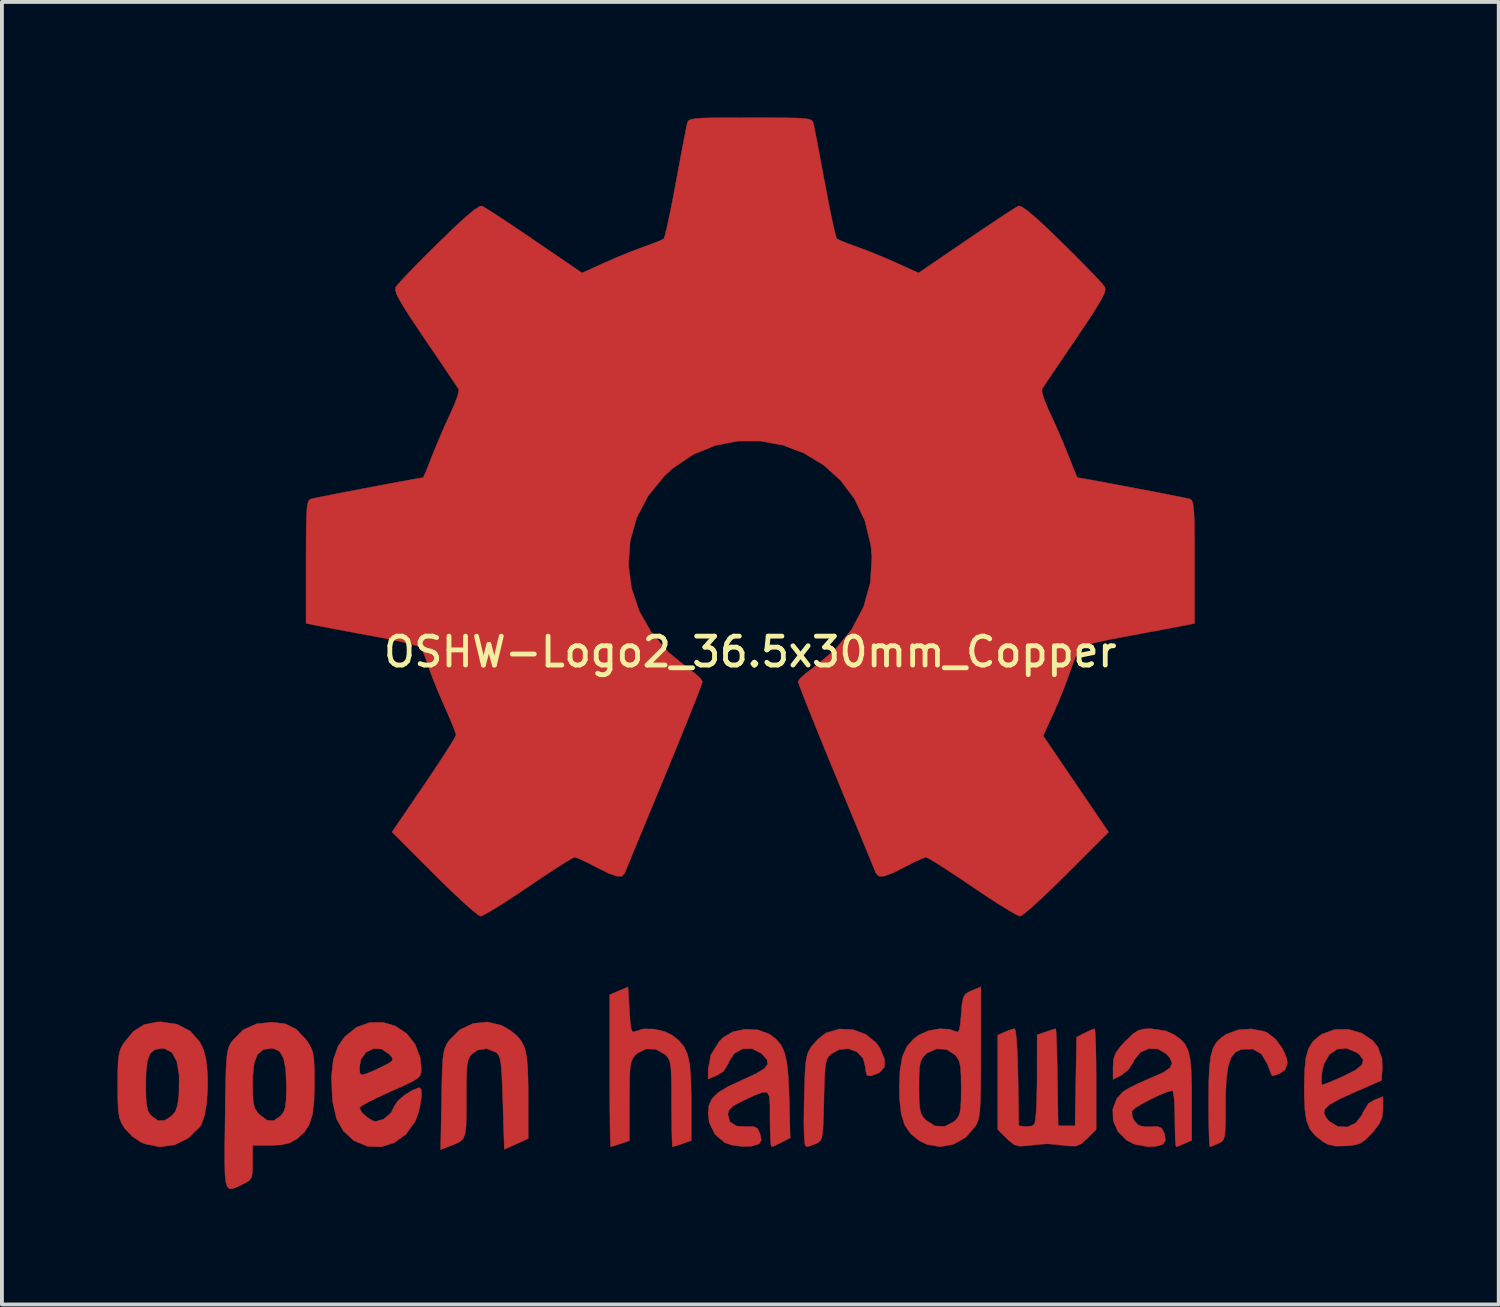
<source format=kicad_pcb>
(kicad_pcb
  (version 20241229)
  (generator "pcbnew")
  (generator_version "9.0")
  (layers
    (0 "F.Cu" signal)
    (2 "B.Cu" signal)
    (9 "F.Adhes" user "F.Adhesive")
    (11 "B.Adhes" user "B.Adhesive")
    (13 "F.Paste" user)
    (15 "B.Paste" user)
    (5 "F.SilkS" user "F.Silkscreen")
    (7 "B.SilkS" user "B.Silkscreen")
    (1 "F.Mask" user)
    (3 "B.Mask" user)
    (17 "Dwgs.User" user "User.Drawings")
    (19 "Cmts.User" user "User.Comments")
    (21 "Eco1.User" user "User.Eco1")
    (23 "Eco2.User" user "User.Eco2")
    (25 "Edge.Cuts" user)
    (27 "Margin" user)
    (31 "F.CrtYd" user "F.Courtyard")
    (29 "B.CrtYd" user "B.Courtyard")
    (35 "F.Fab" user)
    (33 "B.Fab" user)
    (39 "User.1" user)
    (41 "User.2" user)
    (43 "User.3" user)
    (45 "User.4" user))
  (footprint "OSHW-Logo2_36.5x30mm_Copper"
    (layer "F.Cu")
    (at 16.427 13.873)
    (property "Reference" "OSHW-Logo2_36.5x30mm_Copper" (at 0 0 0) (layer "F.SilkS") (effects (font (size 0.75 0.75) (thickness 0.125))))
    (attr exclude_from_pos_files exclude_from_bom allow_missing_courtyard)
    (fp_poly (pts (xy 13.339 9.85) (xy 13.426 9.888) (xy 13.635 10.053) (xy 13.813 10.292) (xy 13.923 10.546) (xy 13.941 10.671) (xy 13.881 10.847) (xy 13.749 10.939) (xy 13.608 10.995) (xy 13.543 11.006) (xy 13.511 10.931) (xy 13.449 10.767) (xy 13.422 10.694) (xy 13.269 10.438) (xy 13.047 10.311) (xy 12.763 10.315) (xy 12.742 10.32) (xy 12.59 10.392) (xy 12.479 10.532) (xy 12.403 10.758) (xy 12.357 11.086) (xy 12.337 11.535) (xy 12.335 11.774) (xy 12.334 12.15) (xy 12.328 12.406) (xy 12.312 12.569) (xy 12.281 12.665) (xy 12.23 12.719) (xy 12.154 12.759) (xy 12.149 12.761) (xy 12.003 12.823) (xy 11.93 12.846) (xy 11.919 12.777) (xy 11.909 12.587) (xy 11.902 12.299) (xy 11.898 11.938) (xy 11.897 11.675) (xy 11.901 11.164) (xy 11.918 10.777) (xy 11.954 10.49) (xy 12.014 10.281) (xy 12.105 10.128) (xy 12.232 10.008) (xy 12.357 9.923) (xy 12.658 9.812) (xy 13.009 9.786) (xy 13.339 9.85)) (stroke (width 0.01) (type solid)) (fill yes) (layer "F.Cu"))
    (fp_poly (pts (xy -6.456 9.694) (xy -6.222 9.83) (xy -6.059 9.964) (xy -5.94 10.105) (xy -5.858 10.277) (xy -5.806 10.506) (xy -5.778 10.816) (xy -5.767 11.233) (xy -5.766 11.532) (xy -5.766 12.634) (xy -6.076 12.773) (xy -6.386 12.912) (xy -6.423 11.705) (xy -6.438 11.254) (xy -6.454 10.927) (xy -6.473 10.701) (xy -6.5 10.554) (xy -6.536 10.464) (xy -6.585 10.407) (xy -6.601 10.395) (xy -6.84 10.299) (xy -7.082 10.337) (xy -7.226 10.437) (xy -7.284 10.508) (xy -7.325 10.602) (xy -7.351 10.743) (xy -7.365 10.958) (xy -7.371 11.274) (xy -7.372 11.603) (xy -7.372 12.015) (xy -7.379 12.307) (xy -7.403 12.504) (xy -7.453 12.631) (xy -7.539 12.714) (xy -7.67 12.779) (xy -7.846 12.846) (xy -8.038 12.919) (xy -8.015 11.623) (xy -8.006 11.156) (xy -7.995 10.811) (xy -7.98 10.564) (xy -7.956 10.39) (xy -7.922 10.266) (xy -7.874 10.168) (xy -7.816 10.081) (xy -7.537 9.804) (xy -7.196 9.644) (xy -6.825 9.606) (xy -6.456 9.694)) (stroke (width 0.01) (type solid)) (fill yes) (layer "F.Cu"))
    (fp_poly (pts (xy 2.665 9.805) (xy 2.996 9.927) (xy 3.265 10.144) (xy 3.37 10.296) (xy 3.485 10.575) (xy 3.482 10.778) (xy 3.362 10.913) (xy 3.318 10.937) (xy 3.126 11.009) (xy 3.027 10.99) (xy 2.994 10.869) (xy 2.993 10.802) (xy 2.932 10.556) (xy 2.773 10.384) (xy 2.553 10.301) (xy 2.307 10.322) (xy 2.107 10.431) (xy 2.039 10.493) (xy 1.991 10.568) (xy 1.959 10.681) (xy 1.938 10.859) (xy 1.924 11.125) (xy 1.913 11.505) (xy 1.911 11.626) (xy 1.901 12.038) (xy 1.889 12.328) (xy 1.872 12.52) (xy 1.846 12.637) (xy 1.804 12.705) (xy 1.745 12.746) (xy 1.707 12.764) (xy 1.544 12.826) (xy 1.449 12.846) (xy 1.417 12.778) (xy 1.398 12.572) (xy 1.391 12.225) (xy 1.396 11.735) (xy 1.398 11.66) (xy 1.409 11.213) (xy 1.422 10.887) (xy 1.44 10.656) (xy 1.468 10.495) (xy 1.508 10.377) (xy 1.564 10.278) (xy 1.593 10.236) (xy 1.762 10.048) (xy 1.95 9.902) (xy 1.973 9.889) (xy 2.31 9.788) (xy 2.665 9.805)) (stroke (width 0.01) (type solid)) (fill yes) (layer "F.Cu"))
    (fp_poly (pts (xy 8.95 9.85) (xy 8.961 10.042) (xy 8.97 10.333) (xy 8.976 10.702) (xy 8.978 11.089) (xy 8.978 12.397) (xy 8.747 12.628) (xy 8.587 12.77) (xy 8.448 12.828) (xy 8.257 12.824) (xy 8.181 12.815) (xy 7.944 12.788) (xy 7.748 12.772) (xy 7.7 12.771) (xy 7.539 12.78) (xy 7.309 12.804) (xy 7.22 12.815) (xy 7 12.832) (xy 6.853 12.795) (xy 6.707 12.68) (xy 6.654 12.628) (xy 6.423 12.397) (xy 6.423 9.95) (xy 6.609 9.865) (xy 6.769 9.802) (xy 6.863 9.78) (xy 6.887 9.85) (xy 6.909 10.044) (xy 6.928 10.341) (xy 6.943 10.72) (xy 6.95 11.04) (xy 6.97 12.299) (xy 7.145 12.323) (xy 7.303 12.306) (xy 7.381 12.25) (xy 7.402 12.146) (xy 7.421 11.924) (xy 7.435 11.612) (xy 7.443 11.239) (xy 7.444 11.047) (xy 7.445 9.941) (xy 7.675 9.861) (xy 7.837 9.806) (xy 7.926 9.781) (xy 7.928 9.78) (xy 7.937 9.85) (xy 7.947 10.041) (xy 7.957 10.331) (xy 7.966 10.697) (xy 7.972 11.04) (xy 7.992 12.299) (xy 8.43 12.299) (xy 8.45 11.15) (xy 8.47 10.001) (xy 8.684 9.891) (xy 8.841 9.815) (xy 8.935 9.781) (xy 8.937 9.78) (xy 8.95 9.85)) (stroke (width 0.01) (type solid)) (fill yes) (layer "F.Cu"))
    (fp_poly (pts (xy -3.139 9.31) (xy -3.117 9.608) (xy -3.093 9.784) (xy -3.059 9.86) (xy -3.009 9.861) (xy -2.993 9.852) (xy -2.778 9.786) (xy -2.498 9.79) (xy -2.214 9.858) (xy -2.036 9.946) (xy -1.854 10.087) (xy -1.721 10.246) (xy -1.629 10.449) (xy -1.572 10.719) (xy -1.543 11.081) (xy -1.533 11.561) (xy -1.533 11.653) (xy -1.533 12.686) (xy -1.763 12.766) (xy -1.926 12.82) (xy -2.015 12.846) (xy -2.018 12.846) (xy -2.027 12.777) (xy -2.034 12.587) (xy -2.04 12.301) (xy -2.043 11.944) (xy -2.044 11.727) (xy -2.045 11.299) (xy -2.05 10.993) (xy -2.063 10.783) (xy -2.086 10.644) (xy -2.124 10.553) (xy -2.178 10.483) (xy -2.213 10.45) (xy -2.448 10.316) (xy -2.704 10.306) (xy -2.937 10.419) (xy -2.98 10.46) (xy -3.043 10.537) (xy -3.087 10.629) (xy -3.115 10.761) (xy -3.13 10.96) (xy -3.137 11.253) (xy -3.139 11.657) (xy -3.139 12.686) (xy -3.368 12.766) (xy -3.532 12.82) (xy -3.621 12.846) (xy -3.624 12.846) (xy -3.631 12.776) (xy -3.637 12.579) (xy -3.642 12.274) (xy -3.646 11.879) (xy -3.648 11.413) (xy -3.649 10.895) (xy -3.649 10.872) (xy -3.649 8.898) (xy -3.412 8.797) (xy -3.175 8.697) (xy -3.139 9.31)) (stroke (width 0.01) (type solid)) (fill yes) (layer "F.Cu"))
    (fp_poly (pts (xy -14.879 9.665) (xy -14.537 9.845) (xy -14.285 10.134) (xy -14.195 10.321) (xy -14.125 10.6) (xy -14.09 10.953) (xy -14.086 11.338) (xy -14.114 11.715) (xy -14.17 12.041) (xy -14.253 12.275) (xy -14.278 12.315) (xy -14.582 12.616) (xy -14.942 12.796) (xy -15.332 12.849) (xy -15.727 12.767) (xy -15.837 12.718) (xy -16.051 12.568) (xy -16.239 12.368) (xy -16.257 12.343) (xy -16.329 12.22) (xy -16.377 12.09) (xy -16.405 11.918) (xy -16.418 11.672) (xy -16.422 11.319) (xy -16.422 11.24) (xy -16.422 11.215) (xy -15.693 11.215) (xy -15.688 11.548) (xy -15.672 11.769) (xy -15.636 11.912) (xy -15.577 12.01) (xy -15.547 12.043) (xy -15.372 12.168) (xy -15.202 12.162) (xy -15.031 12.054) (xy -14.929 11.938) (xy -14.868 11.77) (xy -14.834 11.504) (xy -14.832 11.473) (xy -14.826 10.99) (xy -14.887 10.632) (xy -15.013 10.4) (xy -15.204 10.297) (xy -15.272 10.291) (xy -15.451 10.32) (xy -15.574 10.418) (xy -15.649 10.606) (xy -15.685 10.903) (xy -15.693 11.215) (xy -16.422 11.215) (xy -16.42 10.864) (xy -16.408 10.601) (xy -16.383 10.419) (xy -16.34 10.285) (xy -16.273 10.167) (xy -16.258 10.145) (xy -16.01 9.848) (xy -15.739 9.675) (xy -15.41 9.607) (xy -15.298 9.603) (xy -14.879 9.665)) (stroke (width 0.01) (type solid)) (fill yes) (layer "F.Cu"))
    (fp_poly (pts (xy 15.859 9.891) (xy 16.147 10.08) (xy 16.287 10.249) (xy 16.397 10.556) (xy 16.406 10.798) (xy 16.386 11.123) (xy 15.638 11.45) (xy 15.274 11.617) (xy 15.036 11.752) (xy 14.913 11.869) (xy 14.891 11.982) (xy 14.96 12.106) (xy 15.036 12.189) (xy 15.256 12.322) (xy 15.495 12.331) (xy 15.716 12.228) (xy 15.877 12.022) (xy 15.906 11.95) (xy 16.045 11.724) (xy 16.204 11.627) (xy 16.422 11.545) (xy 16.422 11.858) (xy 16.403 12.07) (xy 16.327 12.25) (xy 16.169 12.456) (xy 16.145 12.483) (xy 15.969 12.666) (xy 15.817 12.764) (xy 15.627 12.81) (xy 15.47 12.824) (xy 15.189 12.828) (xy 14.988 12.781) (xy 14.863 12.712) (xy 14.667 12.559) (xy 14.531 12.394) (xy 14.445 12.186) (xy 14.398 11.906) (xy 14.381 11.522) (xy 14.379 11.328) (xy 14.384 11.095) (xy 14.825 11.095) (xy 14.83 11.22) (xy 14.843 11.24) (xy 14.927 11.212) (xy 15.108 11.139) (xy 15.349 11.034) (xy 15.4 11.011) (xy 15.706 10.856) (xy 15.874 10.72) (xy 15.911 10.592) (xy 15.822 10.462) (xy 15.749 10.405) (xy 15.486 10.291) (xy 15.239 10.31) (xy 15.032 10.449) (xy 14.889 10.697) (xy 14.843 10.894) (xy 14.825 11.095) (xy 14.384 11.095) (xy 14.389 10.873) (xy 14.423 10.537) (xy 14.492 10.292) (xy 14.604 10.112) (xy 14.767 9.97) (xy 14.838 9.923) (xy 15.162 9.804) (xy 15.516 9.796) (xy 15.859 9.891)) (stroke (width 0.01) (type solid)) (fill yes) (layer "F.Cu"))
    (fp_poly (pts (xy 5.985 10.386) (xy 5.984 10.932) (xy 5.98 11.351) (xy 5.973 11.665) (xy 5.959 11.893) (xy 5.938 12.056) (xy 5.909 12.173) (xy 5.869 12.265) (xy 5.839 12.317) (xy 5.591 12.602) (xy 5.276 12.78) (xy 4.928 12.844) (xy 4.58 12.785) (xy 4.372 12.68) (xy 4.154 12.499) (xy 4.005 12.277) (xy 3.916 11.986) (xy 3.874 11.598) (xy 3.869 11.313) (xy 3.869 11.293) (xy 4.379 11.293) (xy 4.382 11.619) (xy 4.397 11.835) (xy 4.43 11.977) (xy 4.488 12.079) (xy 4.558 12.156) (xy 4.794 12.305) (xy 5.047 12.317) (xy 5.287 12.193) (xy 5.305 12.176) (xy 5.385 12.089) (xy 5.435 11.985) (xy 5.461 11.829) (xy 5.472 11.589) (xy 5.474 11.323) (xy 5.47 10.99) (xy 5.455 10.767) (xy 5.421 10.621) (xy 5.363 10.516) (xy 5.315 10.46) (xy 5.094 10.32) (xy 4.839 10.303) (xy 4.595 10.41) (xy 4.548 10.45) (xy 4.468 10.538) (xy 4.418 10.644) (xy 4.391 10.801) (xy 4.381 11.044) (xy 4.379 11.293) (xy 3.869 11.293) (xy 3.886 10.855) (xy 3.946 10.51) (xy 4.059 10.252) (xy 4.235 10.05) (xy 4.372 9.946) (xy 4.621 9.834) (xy 4.91 9.782) (xy 5.178 9.796) (xy 5.328 9.852) (xy 5.387 9.868) (xy 5.426 9.809) (xy 5.453 9.649) (xy 5.474 9.407) (xy 5.497 9.136) (xy 5.528 8.974) (xy 5.585 8.881) (xy 5.685 8.819) (xy 5.748 8.792) (xy 5.985 8.693) (xy 5.985 10.386)) (stroke (width 0.01) (type solid)) (fill yes) (layer "F.Cu"))
    (fp_poly (pts (xy -9.211 9.712) (xy -8.923 9.905) (xy -8.701 10.185) (xy -8.568 10.541) (xy -8.541 10.803) (xy -8.544 10.912) (xy -8.57 10.995) (xy -8.64 11.07) (xy -8.777 11.154) (xy -9.003 11.262) (xy -9.341 11.412) (xy -9.343 11.413) (xy -9.653 11.555) (xy -9.908 11.681) (xy -10.081 11.778) (xy -10.145 11.832) (xy -10.145 11.832) (xy -10.088 11.949) (xy -9.955 12.078) (xy -9.801 12.171) (xy -9.724 12.189) (xy -9.512 12.125) (xy -9.329 11.966) (xy -9.24 11.79) (xy -9.155 11.661) (xy -8.987 11.514) (xy -8.789 11.386) (xy -8.615 11.317) (xy -8.579 11.313) (xy -8.538 11.376) (xy -8.536 11.536) (xy -8.566 11.751) (xy -8.622 11.981) (xy -8.7 12.183) (xy -8.704 12.191) (xy -8.937 12.517) (xy -9.239 12.738) (xy -9.582 12.847) (xy -9.939 12.834) (xy -10.28 12.692) (xy -10.295 12.682) (xy -10.563 12.438) (xy -10.74 12.121) (xy -10.837 11.704) (xy -10.85 11.587) (xy -10.874 11.033) (xy -10.846 10.775) (xy -10.145 10.775) (xy -10.136 10.936) (xy -10.087 10.983) (xy -9.962 10.948) (xy -9.767 10.865) (xy -9.548 10.761) (xy -9.543 10.758) (xy -9.357 10.661) (xy -9.283 10.596) (xy -9.301 10.527) (xy -9.379 10.438) (xy -9.575 10.308) (xy -9.787 10.299) (xy -9.976 10.393) (xy -10.108 10.575) (xy -10.145 10.775) (xy -10.846 10.775) (xy -10.826 10.591) (xy -10.703 10.24) (xy -10.533 9.994) (xy -10.225 9.745) (xy -9.886 9.622) (xy -9.54 9.614) (xy -9.211 9.712)) (stroke (width 0.01) (type solid)) (fill yes) (layer "F.Cu"))
    (fp_poly (pts (xy 0.2 9.811) (xy 0.486 9.917) (xy 0.489 9.919) (xy 0.666 10.049) (xy 0.797 10.201) (xy 0.888 10.4) (xy 0.949 10.668) (xy 0.986 11.031) (xy 1.007 11.513) (xy 1.009 11.582) (xy 1.035 12.616) (xy 0.813 12.731) (xy 0.653 12.809) (xy 0.556 12.846) (xy 0.551 12.846) (xy 0.534 12.778) (xy 0.521 12.595) (xy 0.513 12.328) (xy 0.511 12.111) (xy 0.511 11.76) (xy 0.495 11.54) (xy 0.439 11.435) (xy 0.319 11.43) (xy 0.112 11.509) (xy -0.201 11.656) (xy -0.431 11.777) (xy -0.549 11.882) (xy -0.584 11.997) (xy -0.584 12.003) (xy -0.527 12.201) (xy -0.357 12.308) (xy -0.097 12.323) (xy 0.091 12.32) (xy 0.19 12.374) (xy 0.251 12.504) (xy 0.287 12.669) (xy 0.236 12.763) (xy 0.216 12.776) (xy 0.035 12.83) (xy -0.218 12.838) (xy -0.48 12.802) (xy -0.665 12.737) (xy -0.921 12.519) (xy -1.066 12.217) (xy -1.095 11.981) (xy -1.073 11.768) (xy -0.993 11.594) (xy -0.836 11.439) (xy -0.58 11.284) (xy -0.205 11.11) (xy -0.182 11.1) (xy 0.155 10.944) (xy 0.363 10.816) (xy 0.452 10.701) (xy 0.433 10.584) (xy 0.315 10.45) (xy 0.28 10.419) (xy 0.043 10.299) (xy -0.201 10.304) (xy -0.415 10.422) (xy -0.556 10.639) (xy -0.569 10.682) (xy -0.697 10.889) (xy -0.86 10.988) (xy -1.095 11.087) (xy -1.095 10.832) (xy -1.023 10.46) (xy -0.811 10.119) (xy -0.701 10.005) (xy -0.45 9.859) (xy -0.131 9.793) (xy 0.2 9.811)) (stroke (width 0.01) (type solid)) (fill yes) (layer "F.Cu"))
    (fp_poly (pts (xy -12.07 9.655) (xy -11.791 9.794) (xy -11.545 10.05) (xy -11.477 10.145) (xy -11.404 10.269) (xy -11.356 10.404) (xy -11.328 10.583) (xy -11.316 10.843) (xy -11.313 11.185) (xy -11.325 11.655) (xy -11.368 12.007) (xy -11.45 12.27) (xy -11.579 12.471) (xy -11.765 12.637) (xy -11.778 12.647) (xy -11.962 12.747) (xy -12.182 12.797) (xy -12.463 12.809) (xy -12.919 12.809) (xy -12.919 13.252) (xy -12.923 13.499) (xy -12.949 13.643) (xy -13.016 13.73) (xy -13.146 13.803) (xy -13.177 13.818) (xy -13.322 13.888) (xy -13.435 13.932) (xy -13.519 13.935) (xy -13.577 13.884) (xy -13.615 13.764) (xy -13.636 13.56) (xy -13.644 13.257) (xy -13.643 12.841) (xy -13.636 12.297) (xy -13.634 12.134) (xy -13.627 11.574) (xy -13.62 11.207) (xy -12.919 11.207) (xy -12.915 11.518) (xy -12.898 11.722) (xy -12.858 11.856) (xy -12.788 11.96) (xy -12.74 12.01) (xy -12.545 12.157) (xy -12.372 12.169) (xy -12.194 12.048) (xy -12.189 12.043) (xy -12.117 11.949) (xy -12.072 11.821) (xy -12.05 11.624) (xy -12.043 11.323) (xy -12.043 11.256) (xy -12.06 10.841) (xy -12.114 10.554) (xy -12.213 10.378) (xy -12.362 10.299) (xy -12.449 10.291) (xy -12.653 10.329) (xy -12.794 10.451) (xy -12.879 10.676) (xy -12.916 11.019) (xy -12.919 11.207) (xy -13.62 11.207) (xy -13.619 11.14) (xy -13.609 10.813) (xy -13.595 10.575) (xy -13.576 10.406) (xy -13.548 10.286) (xy -13.511 10.197) (xy -13.463 10.119) (xy -13.442 10.09) (xy -13.168 9.812) (xy -12.822 9.655) (xy -12.421 9.611) (xy -12.07 9.655)) (stroke (width 0.01) (type solid)) (fill yes) (layer "F.Cu"))
    (fp_poly (pts (xy 10.786 9.838) (xy 10.996 9.933) (xy 11.161 10.049) (xy 11.282 10.179) (xy 11.365 10.346) (xy 11.418 10.574) (xy 11.447 10.888) (xy 11.458 11.311) (xy 11.459 11.59) (xy 11.459 12.677) (xy 11.273 12.761) (xy 11.127 12.823) (xy 11.054 12.846) (xy 11.04 12.778) (xy 11.029 12.595) (xy 11.023 12.328) (xy 11.021 12.116) (xy 11.015 11.81) (xy 10.999 11.567) (xy 10.974 11.418) (xy 10.955 11.386) (xy 10.826 11.419) (xy 10.623 11.501) (xy 10.388 11.614) (xy 10.162 11.734) (xy 9.988 11.842) (xy 9.907 11.917) (xy 9.906 11.917) (xy 9.913 12.055) (xy 9.976 12.186) (xy 10.086 12.292) (xy 10.247 12.328) (xy 10.385 12.324) (xy 10.58 12.321) (xy 10.682 12.366) (xy 10.743 12.487) (xy 10.751 12.51) (xy 10.778 12.681) (xy 10.706 12.786) (xy 10.521 12.836) (xy 10.32 12.845) (xy 9.96 12.777) (xy 9.773 12.679) (xy 9.542 12.45) (xy 9.42 12.169) (xy 9.409 11.873) (xy 9.513 11.596) (xy 9.668 11.423) (xy 9.823 11.326) (xy 10.067 11.203) (xy 10.352 11.078) (xy 10.399 11.059) (xy 10.711 10.921) (xy 10.891 10.8) (xy 10.949 10.679) (xy 10.895 10.543) (xy 10.802 10.437) (xy 10.583 10.307) (xy 10.341 10.297) (xy 10.12 10.398) (xy 9.96 10.598) (xy 9.94 10.65) (xy 9.818 10.841) (xy 9.64 10.982) (xy 9.416 11.098) (xy 9.416 10.769) (xy 9.429 10.568) (xy 9.485 10.409) (xy 9.611 10.24) (xy 9.731 10.11) (xy 9.919 9.926) (xy 10.065 9.827) (xy 10.221 9.787) (xy 10.398 9.78) (xy 10.786 9.838)) (stroke (width 0.01) (type solid)) (fill yes) (layer "F.Cu"))
    (fp_poly (pts (xy 0.523 -13.868) (xy 0.918 -13.865) (xy 1.203 -13.859) (xy 1.399 -13.848) (xy 1.521 -13.829) (xy 1.59 -13.801) (xy 1.624 -13.762) (xy 1.641 -13.71) (xy 1.642 -13.704) (xy 1.667 -13.582) (xy 1.714 -13.343) (xy 1.777 -13.011) (xy 1.852 -12.611) (xy 1.934 -12.171) (xy 1.937 -12.155) (xy 2.019 -11.723) (xy 2.095 -11.341) (xy 2.162 -11.033) (xy 2.213 -10.82) (xy 2.244 -10.727) (xy 2.246 -10.725) (xy 2.337 -10.68) (xy 2.526 -10.604) (xy 2.772 -10.514) (xy 2.774 -10.513) (xy 3.083 -10.397) (xy 3.448 -10.249) (xy 3.792 -10.1) (xy 3.808 -10.092) (xy 4.368 -9.838) (xy 5.609 -10.685) (xy 5.99 -10.944) (xy 6.334 -11.174) (xy 6.623 -11.365) (xy 6.836 -11.502) (xy 6.954 -11.572) (xy 6.965 -11.577) (xy 7.05 -11.554) (xy 7.21 -11.442) (xy 7.449 -11.237) (xy 7.775 -10.933) (xy 8.108 -10.609) (xy 8.429 -10.291) (xy 8.716 -10) (xy 8.953 -9.755) (xy 9.121 -9.574) (xy 9.203 -9.474) (xy 9.206 -9.469) (xy 9.215 -9.401) (xy 9.181 -9.289) (xy 9.095 -9.12) (xy 8.948 -8.877) (xy 8.733 -8.545) (xy 8.445 -8.119) (xy 8.191 -7.743) (xy 7.963 -7.407) (xy 7.775 -7.128) (xy 7.641 -6.927) (xy 7.573 -6.824) (xy 7.569 -6.817) (xy 7.577 -6.718) (xy 7.64 -6.526) (xy 7.744 -6.276) (xy 7.782 -6.197) (xy 7.944 -5.842) (xy 8.118 -5.439) (xy 8.259 -5.091) (xy 8.361 -4.832) (xy 8.441 -4.636) (xy 8.488 -4.533) (xy 8.494 -4.525) (xy 8.58 -4.512) (xy 8.782 -4.476) (xy 9.073 -4.423) (xy 9.428 -4.356) (xy 9.818 -4.283) (xy 10.217 -4.207) (xy 10.598 -4.134) (xy 10.934 -4.068) (xy 11.198 -4.016) (xy 11.364 -3.981) (xy 11.404 -3.972) (xy 11.446 -3.948) (xy 11.478 -3.894) (xy 11.501 -3.791) (xy 11.516 -3.622) (xy 11.526 -3.368) (xy 11.53 -3.011) (xy 11.532 -2.532) (xy 11.532 -2.336) (xy 11.532 -0.74) (xy 11.149 -0.665) (xy 10.936 -0.624) (xy 10.618 -0.564) (xy 10.233 -0.492) (xy 9.821 -0.416) (xy 9.707 -0.395) (xy 9.327 -0.322) (xy 8.996 -0.249) (xy 8.742 -0.184) (xy 8.592 -0.134) (xy 8.567 -0.119) (xy 8.506 -0.014) (xy 8.418 0.191) (xy 8.32 0.454) (xy 8.301 0.511) (xy 8.173 0.863) (xy 8.015 1.259) (xy 7.86 1.616) (xy 7.859 1.617) (xy 7.601 2.176) (xy 8.45 3.426) (xy 9.3 4.676) (xy 8.209 5.768) (xy 7.879 6.093) (xy 7.578 6.38) (xy 7.323 6.613) (xy 7.131 6.777) (xy 7.018 6.856) (xy 7.002 6.861) (xy 6.908 6.821) (xy 6.714 6.711) (xy 6.443 6.544) (xy 6.116 6.332) (xy 5.763 6.095) (xy 5.404 5.852) (xy 5.084 5.642) (xy 4.823 5.476) (xy 4.641 5.367) (xy 4.56 5.328) (xy 4.461 5.361) (xy 4.274 5.447) (xy 4.036 5.568) (xy 4.011 5.582) (xy 3.691 5.742) (xy 3.472 5.821) (xy 3.335 5.822) (xy 3.264 5.749) (xy 3.264 5.748) (xy 3.228 5.661) (xy 3.143 5.456) (xy 3.016 5.147) (xy 2.852 4.751) (xy 2.659 4.284) (xy 2.443 3.762) (xy 2.234 3.256) (xy 2.004 2.698) (xy 1.793 2.181) (xy 1.607 1.721) (xy 1.452 1.334) (xy 1.336 1.035) (xy 1.263 0.841) (xy 1.241 0.768) (xy 1.297 0.685) (xy 1.444 0.553) (xy 1.639 0.407) (xy 2.196 -0.055) (xy 2.632 -0.585) (xy 2.94 -1.17) (xy 3.117 -1.801) (xy 3.156 -2.467) (xy 3.128 -2.774) (xy 2.972 -3.411) (xy 2.705 -3.973) (xy 2.342 -4.455) (xy 1.9 -4.852) (xy 1.396 -5.158) (xy 0.846 -5.367) (xy 0.267 -5.474) (xy -0.324 -5.473) (xy -0.912 -5.359) (xy -1.48 -5.126) (xy -2.01 -4.769) (xy -2.231 -4.567) (xy -2.655 -4.047) (xy -2.951 -3.48) (xy -3.119 -2.881) (xy -3.163 -2.267) (xy -3.084 -1.655) (xy -2.883 -1.06) (xy -2.564 -0.5) (xy -2.127 0.008) (xy -1.639 0.407) (xy -1.436 0.559) (xy -1.292 0.69) (xy -1.241 0.769) (xy -1.268 0.854) (xy -1.345 1.059) (xy -1.465 1.366) (xy -1.623 1.761) (xy -1.812 2.227) (xy -2.025 2.748) (xy -2.234 3.256) (xy -2.466 3.815) (xy -2.68 4.332) (xy -2.87 4.793) (xy -3.031 5.181) (xy -3.154 5.48) (xy -3.234 5.675) (xy -3.264 5.748) (xy -3.334 5.822) (xy -3.47 5.821) (xy -3.689 5.743) (xy -4.008 5.583) (xy -4.011 5.582) (xy -4.251 5.458) (xy -4.446 5.367) (xy -4.556 5.329) (xy -4.56 5.328) (xy -4.643 5.368) (xy -4.825 5.477) (xy -5.087 5.644) (xy -5.407 5.855) (xy -5.763 6.095) (xy -6.124 6.337) (xy -6.45 6.548) (xy -6.72 6.715) (xy -6.911 6.823) (xy -7.002 6.861) (xy -7.086 6.811) (xy -7.256 6.672) (xy -7.493 6.459) (xy -7.781 6.188) (xy -8.104 5.873) (xy -8.209 5.768) (xy -9.301 4.675) (xy -8.47 3.456) (xy -8.218 3.082) (xy -7.996 2.746) (xy -7.818 2.467) (xy -7.695 2.267) (xy -7.641 2.163) (xy -7.639 2.155) (xy -7.668 2.057) (xy -7.745 1.86) (xy -7.857 1.596) (xy -7.936 1.42) (xy -8.083 1.082) (xy -8.222 0.741) (xy -8.329 0.453) (xy -8.358 0.365) (xy -8.441 0.13) (xy -8.522 -0.051) (xy -8.567 -0.119) (xy -8.665 -0.161) (xy -8.879 -0.221) (xy -9.182 -0.291) (xy -9.545 -0.365) (xy -9.707 -0.395) (xy -10.12 -0.471) (xy -10.516 -0.545) (xy -10.856 -0.609) (xy -11.103 -0.656) (xy -11.149 -0.665) (xy -11.532 -0.74) (xy -11.532 -2.336) (xy -11.531 -2.861) (xy -11.528 -3.258) (xy -11.52 -3.545) (xy -11.507 -3.741) (xy -11.487 -3.865) (xy -11.458 -3.933) (xy -11.42 -3.966) (xy -11.404 -3.972) (xy -11.31 -3.993) (xy -11.1 -4.035) (xy -10.804 -4.094) (xy -10.446 -4.163) (xy -10.054 -4.238) (xy -9.656 -4.313) (xy -9.277 -4.385) (xy -8.945 -4.446) (xy -8.687 -4.493) (xy -8.529 -4.521) (xy -8.494 -4.525) (xy -8.462 -4.588) (xy -8.391 -4.756) (xy -8.296 -4.997) (xy -8.259 -5.091) (xy -8.111 -5.455) (xy -7.938 -5.858) (xy -7.782 -6.197) (xy -7.667 -6.456) (xy -7.591 -6.669) (xy -7.566 -6.8) (xy -7.57 -6.817) (xy -7.623 -6.9) (xy -7.746 -7.083) (xy -7.925 -7.349) (xy -8.146 -7.676) (xy -8.397 -8.045) (xy -8.446 -8.118) (xy -8.737 -8.55) (xy -8.951 -8.879) (xy -9.097 -9.121) (xy -9.182 -9.289) (xy -9.216 -9.4) (xy -9.207 -9.468) (xy -9.206 -9.468) (xy -9.134 -9.558) (xy -8.975 -9.732) (xy -8.745 -9.971) (xy -8.462 -10.258) (xy -8.144 -10.574) (xy -8.108 -10.609) (xy -7.707 -10.998) (xy -7.398 -11.283) (xy -7.174 -11.47) (xy -7.029 -11.565) (xy -6.965 -11.577) (xy -6.872 -11.523) (xy -6.678 -11.401) (xy -6.405 -11.221) (xy -6.071 -10.998) (xy -5.696 -10.745) (xy -5.609 -10.685) (xy -4.368 -9.838) (xy -3.808 -10.092) (xy -3.468 -10.241) (xy -3.102 -10.39) (xy -2.787 -10.508) (xy -2.774 -10.513) (xy -2.528 -10.603) (xy -2.338 -10.679) (xy -2.246 -10.725) (xy -2.246 -10.725) (xy -2.216 -10.808) (xy -2.166 -11.012) (xy -2.101 -11.313) (xy -2.025 -11.69) (xy -1.943 -12.119) (xy -1.937 -12.155) (xy -1.855 -12.597) (xy -1.78 -12.998) (xy -1.716 -13.333) (xy -1.669 -13.576) (xy -1.643 -13.702) (xy -1.642 -13.704) (xy -1.626 -13.757) (xy -1.596 -13.798) (xy -1.531 -13.827) (xy -1.416 -13.846) (xy -1.229 -13.859) (xy -0.955 -13.865) (xy -0.573 -13.867) (xy -0.066 -13.868) (xy 0 -13.868) (xy 0.523 -13.868)) (stroke (width 0.01) (type solid)) (fill yes) (layer "F.Cu")))
  (gr_rect
    (start -3 -3)
    (end 35.855 30.813)
    (stroke (width 0.1) (type default))
    (fill no)
    (layer "Edge.Cuts")))
</source>
